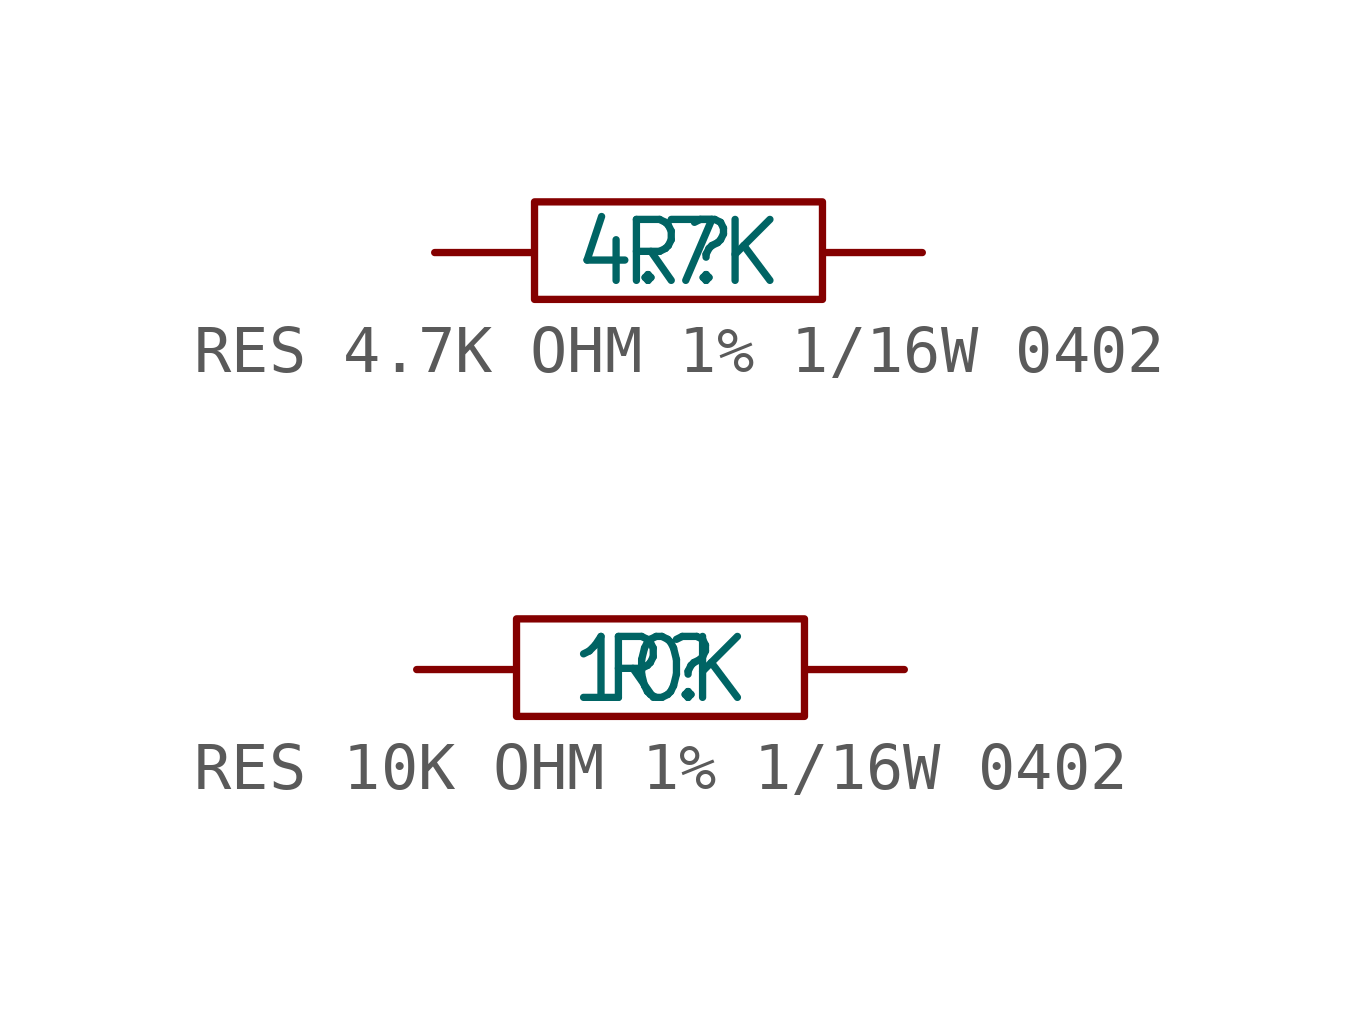
<source format=kicad_sym>
(kicad_symbol_lib
  (version 20241209)
  (generator "kicad_symbol_editor")
  (generator_version "9.0")
  (symbol "RES 4.7K OHM 1% 1/16W 0402"
    (pin_numbers
      (hide yes))
    (pin_names
      (hide yes))
    (property "Reference" "R"
      (at 0 0 0)
      (effects (font (size 1.27 1.27))))
    (property "Value" "4.7K"
      (at 0 0 0)
      (effects (font (size 1.27 1.27))))
    (symbol "RES 4.7K OHM 1% 1/16W 0402_1_0"
      (rectangle (start 3 1.056) (end -3 -0.976) (stroke (width 0) (type solid)) (fill (type none)))
      (pin passive line (at -5.08 0 0) (length 2) (name "1" (effects (font (size 1.27 1.27)))) (number "1" (effects (font (size 1.27 1.27)))))
      (pin passive line (at 5.08 0 180) (length 2) (name "2" (effects (font (size 1.27 1.27)))) (number "2" (effects (font (size 1.27 1.27)))))))
  (symbol "RES 10K OHM 1% 1/16W 0402"
    (pin_numbers
      (hide yes))
    (pin_names
      (hide yes))
    (property "Reference" "R"
      (at 0 0 0)
      (effects (font (size 1.27 1.27))))
    (property "Value" "10K"
      (at 0 0 0)
      (effects (font (size 1.27 1.27))))
    (symbol "RES 10K OHM 1% 1/16W 0402_1_0"
      (rectangle (start 3 1.056) (end -3 -0.976) (stroke (width 0) (type solid)) (fill (type none)))
      (pin passive line (at -5.08 0 0) (length 2) (name "2" (effects (font (size 1.27 1.27)))) (number "2" (effects (font (size 1.27 1.27)))))
      (pin passive line (at 5.08 0 180) (length 2) (name "1" (effects (font (size 1.27 1.27)))) (number "1" (effects (font (size 1.27 1.27))))))))
</source>
